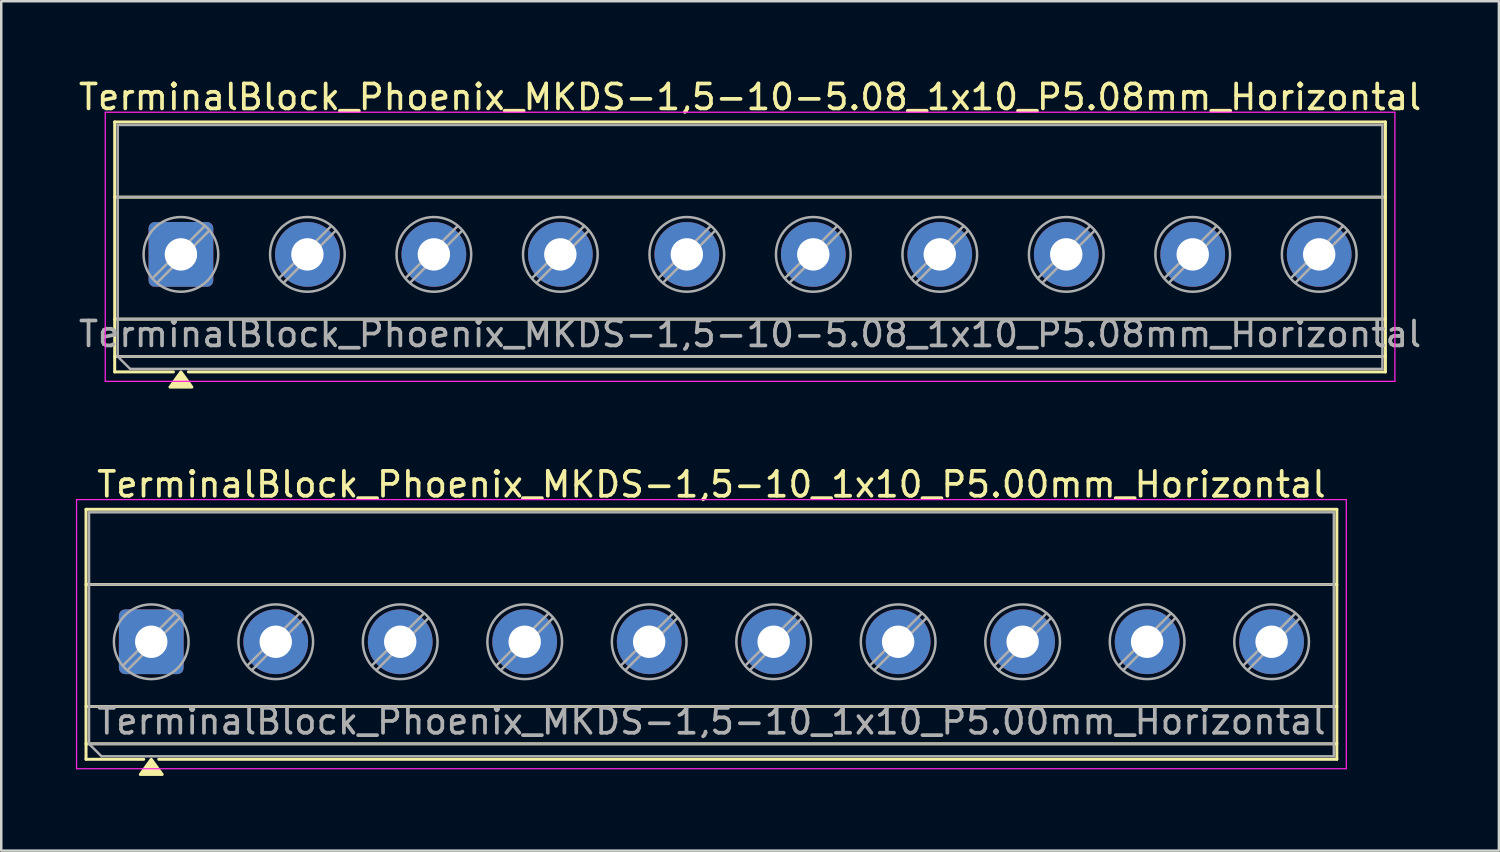
<source format=kicad_pcb>
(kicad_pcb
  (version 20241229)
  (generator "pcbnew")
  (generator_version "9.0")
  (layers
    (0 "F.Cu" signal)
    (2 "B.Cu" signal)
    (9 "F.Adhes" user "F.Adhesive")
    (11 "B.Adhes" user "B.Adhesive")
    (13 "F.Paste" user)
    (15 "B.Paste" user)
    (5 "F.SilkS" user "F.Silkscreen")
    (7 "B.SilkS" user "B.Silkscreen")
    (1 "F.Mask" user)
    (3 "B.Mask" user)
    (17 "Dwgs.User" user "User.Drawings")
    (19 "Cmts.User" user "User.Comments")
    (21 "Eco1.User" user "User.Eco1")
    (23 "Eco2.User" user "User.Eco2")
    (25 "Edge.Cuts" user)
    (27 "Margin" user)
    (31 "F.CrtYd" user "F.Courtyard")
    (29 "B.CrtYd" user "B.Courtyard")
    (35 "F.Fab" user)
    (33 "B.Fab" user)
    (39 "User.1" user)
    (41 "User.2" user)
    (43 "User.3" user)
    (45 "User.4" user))
  (footprint "TerminalBlock_Phoenix_MKDS-1,5-10_1x10_P5.00mm_Horizontal"
    (layer "F.Cu")
    (at 3.025 22.727)
    (property "Reference" "TerminalBlock_Phoenix_MKDS-1,5-10_1x10_P5.00mm_Horizontal" (at 22.5 -6.32 0) (layer "F.SilkS") (effects (font (size 1 1) (thickness 0.15))))
    (attr through_hole)
    (fp_line (start -2.62 -5.32) (end -2.62 4.72) (stroke (width 0.12) (type solid)) (layer "F.SilkS"))
    (fp_line (start -2.62 -5.32) (end 47.62 -5.32) (stroke (width 0.12) (type solid)) (layer "F.SilkS"))
    (fp_line (start -2.62 -2.3) (end 47.62 -2.3) (stroke (width 0.12) (type solid)) (layer "F.SilkS"))
    (fp_line (start -2.62 2.6) (end 47.62 2.6) (stroke (width 0.12) (type solid)) (layer "F.SilkS"))
    (fp_line (start -2.62 4.1) (end 47.62 4.1) (stroke (width 0.12) (type solid)) (layer "F.SilkS"))
    (fp_line (start -2.62 4.72) (end -0.3 4.72) (stroke (width 0.12) (type solid)) (layer "F.SilkS"))
    (fp_line (start 0.3 4.72) (end 47.62 4.72) (stroke (width 0.12) (type solid)) (layer "F.SilkS"))
    (fp_line (start 47.62 -5.32) (end 47.62 4.72) (stroke (width 0.12) (type solid)) (layer "F.SilkS"))
    (fp_poly (pts (xy 0 4.72) (xy 0.44 5.33) (xy -0.44 5.33)) (stroke (width 0.12) (type solid)) (fill yes) (layer "F.SilkS"))
    (fp_line (start -3 -5.71) (end -3 5.1) (stroke (width 0.05) (type solid)) (layer "F.CrtYd"))
    (fp_line (start -3 5.1) (end 48 5.1) (stroke (width 0.05) (type solid)) (layer "F.CrtYd"))
    (fp_line (start 48 -5.71) (end -3 -5.71) (stroke (width 0.05) (type solid)) (layer "F.CrtYd"))
    (fp_line (start 48 5.1) (end 48 -5.71) (stroke (width 0.05) (type solid)) (layer "F.CrtYd"))
    (fp_line (start -2.5 -5.2) (end 47.5 -5.2) (stroke (width 0.1) (type solid)) (layer "F.Fab"))
    (fp_line (start -2.5 -2.3) (end 47.5 -2.3) (stroke (width 0.1) (type solid)) (layer "F.Fab"))
    (fp_line (start -2.5 2.6) (end 47.5 2.6) (stroke (width 0.1) (type solid)) (layer "F.Fab"))
    (fp_line (start -2.5 4.1) (end -2.5 -5.2) (stroke (width 0.1) (type solid)) (layer "F.Fab"))
    (fp_line (start -2.5 4.1) (end 47.5 4.1) (stroke (width 0.1) (type solid)) (layer "F.Fab"))
    (fp_line (start -2 4.6) (end -2.5 4.1) (stroke (width 0.1) (type solid)) (layer "F.Fab"))
    (fp_line (start 0.955 -1.138) (end -1.138 0.955) (stroke (width 0.1) (type solid)) (layer "F.Fab"))
    (fp_line (start 1.138 -0.955) (end -0.955 1.138) (stroke (width 0.1) (type solid)) (layer "F.Fab"))
    (fp_line (start 5.955 -1.138) (end 3.862 0.955) (stroke (width 0.1) (type solid)) (layer "F.Fab"))
    (fp_line (start 6.138 -0.955) (end 4.045 1.138) (stroke (width 0.1) (type solid)) (layer "F.Fab"))
    (fp_line (start 10.955 -1.138) (end 8.862 0.955) (stroke (width 0.1) (type solid)) (layer "F.Fab"))
    (fp_line (start 11.138 -0.955) (end 9.045 1.138) (stroke (width 0.1) (type solid)) (layer "F.Fab"))
    (fp_line (start 15.955 -1.138) (end 13.862 0.955) (stroke (width 0.1) (type solid)) (layer "F.Fab"))
    (fp_line (start 16.138 -0.955) (end 14.045 1.138) (stroke (width 0.1) (type solid)) (layer "F.Fab"))
    (fp_line (start 20.955 -1.138) (end 18.862 0.955) (stroke (width 0.1) (type solid)) (layer "F.Fab"))
    (fp_line (start 21.138 -0.955) (end 19.045 1.138) (stroke (width 0.1) (type solid)) (layer "F.Fab"))
    (fp_line (start 25.955 -1.138) (end 23.862 0.955) (stroke (width 0.1) (type solid)) (layer "F.Fab"))
    (fp_line (start 26.138 -0.955) (end 24.045 1.138) (stroke (width 0.1) (type solid)) (layer "F.Fab"))
    (fp_line (start 30.955 -1.138) (end 28.862 0.955) (stroke (width 0.1) (type solid)) (layer "F.Fab"))
    (fp_line (start 31.138 -0.955) (end 29.045 1.138) (stroke (width 0.1) (type solid)) (layer "F.Fab"))
    (fp_line (start 35.955 -1.138) (end 33.862 0.955) (stroke (width 0.1) (type solid)) (layer "F.Fab"))
    (fp_line (start 36.138 -0.955) (end 34.045 1.138) (stroke (width 0.1) (type solid)) (layer "F.Fab"))
    (fp_line (start 40.955 -1.138) (end 38.862 0.955) (stroke (width 0.1) (type solid)) (layer "F.Fab"))
    (fp_line (start 41.138 -0.955) (end 39.045 1.138) (stroke (width 0.1) (type solid)) (layer "F.Fab"))
    (fp_line (start 45.955 -1.138) (end 43.862 0.955) (stroke (width 0.1) (type solid)) (layer "F.Fab"))
    (fp_line (start 46.138 -0.955) (end 44.045 1.138) (stroke (width 0.1) (type solid)) (layer "F.Fab"))
    (fp_line (start 47.5 -5.2) (end 47.5 4.6) (stroke (width 0.1) (type solid)) (layer "F.Fab"))
    (fp_line (start 47.5 4.6) (end -2 4.6) (stroke (width 0.1) (type solid)) (layer "F.Fab"))
    (fp_circle (center 0 0) (end 1.5 0) (stroke (width 0.1) (type solid)) (fill no) (layer "F.Fab"))
    (fp_circle (center 5 0) (end 6.5 0) (stroke (width 0.1) (type solid)) (fill no) (layer "F.Fab"))
    (fp_circle (center 10 0) (end 11.5 0) (stroke (width 0.1) (type solid)) (fill no) (layer "F.Fab"))
    (fp_circle (center 15 0) (end 16.5 0) (stroke (width 0.1) (type solid)) (fill no) (layer "F.Fab"))
    (fp_circle (center 20 0) (end 21.5 0) (stroke (width 0.1) (type solid)) (fill no) (layer "F.Fab"))
    (fp_circle (center 25 0) (end 26.5 0) (stroke (width 0.1) (type solid)) (fill no) (layer "F.Fab"))
    (fp_circle (center 30 0) (end 31.5 0) (stroke (width 0.1) (type solid)) (fill no) (layer "F.Fab"))
    (fp_circle (center 35 0) (end 36.5 0) (stroke (width 0.1) (type solid)) (fill no) (layer "F.Fab"))
    (fp_circle (center 40 0) (end 41.5 0) (stroke (width 0.1) (type solid)) (fill no) (layer "F.Fab"))
    (fp_circle (center 45 0) (end 46.5 0) (stroke (width 0.1) (type solid)) (fill no) (layer "F.Fab"))
    (fp_text user "${REFERENCE}" (at 22.5 3.2 0) (layer "F.Fab") (effects (font (size 1 1) (thickness 0.15))))
    (pad "1" thru_hole roundrect (at 0 0) (size 2.6 2.6) (drill 1.3) (layers "*.Cu" "*.Mask") (roundrect_rratio 0.096))
    (pad "2" thru_hole circle (at 5 0) (size 2.6 2.6) (drill 1.3) (layers "*.Cu" "*.Mask"))
    (pad "3" thru_hole circle (at 10 0) (size 2.6 2.6) (drill 1.3) (layers "*.Cu" "*.Mask"))
    (pad "4" thru_hole circle (at 15 0) (size 2.6 2.6) (drill 1.3) (layers "*.Cu" "*.Mask"))
    (pad "5" thru_hole circle (at 20 0) (size 2.6 2.6) (drill 1.3) (layers "*.Cu" "*.Mask"))
    (pad "6" thru_hole circle (at 25 0) (size 2.6 2.6) (drill 1.3) (layers "*.Cu" "*.Mask"))
    (pad "7" thru_hole circle (at 30 0) (size 2.6 2.6) (drill 1.3) (layers "*.Cu" "*.Mask"))
    (pad "8" thru_hole circle (at 35 0) (size 2.6 2.6) (drill 1.3) (layers "*.Cu" "*.Mask"))
    (pad "9" thru_hole circle (at 40 0) (size 2.6 2.6) (drill 1.3) (layers "*.Cu" "*.Mask"))
    (pad "10" thru_hole circle (at 45 0) (size 2.6 2.6) (drill 1.3) (layers "*.Cu" "*.Mask")))
  (footprint "TerminalBlock_Phoenix_MKDS-1,5-10-5.08_1x10_P5.08mm_Horizontal"
    (layer "F.Cu")
    (at 4.217 7.168)
    (property "Reference" "TerminalBlock_Phoenix_MKDS-1,5-10-5.08_1x10_P5.08mm_Horizontal" (at 22.86 -6.32 0) (layer "F.SilkS") (effects (font (size 1 1) (thickness 0.15))))
    (attr through_hole)
    (fp_line (start -2.66 -5.32) (end -2.66 4.72) (stroke (width 0.12) (type solid)) (layer "F.SilkS"))
    (fp_line (start -2.66 -5.32) (end 48.38 -5.32) (stroke (width 0.12) (type solid)) (layer "F.SilkS"))
    (fp_line (start -2.66 -2.3) (end 48.38 -2.3) (stroke (width 0.12) (type solid)) (layer "F.SilkS"))
    (fp_line (start -2.66 2.6) (end 48.38 2.6) (stroke (width 0.12) (type solid)) (layer "F.SilkS"))
    (fp_line (start -2.66 4.1) (end 48.38 4.1) (stroke (width 0.12) (type solid)) (layer "F.SilkS"))
    (fp_line (start -2.66 4.72) (end -0.3 4.72) (stroke (width 0.12) (type solid)) (layer "F.SilkS"))
    (fp_line (start 0.3 4.72) (end 48.38 4.72) (stroke (width 0.12) (type solid)) (layer "F.SilkS"))
    (fp_line (start 48.38 -5.32) (end 48.38 4.72) (stroke (width 0.12) (type solid)) (layer "F.SilkS"))
    (fp_poly (pts (xy 0 4.72) (xy 0.44 5.33) (xy -0.44 5.33)) (stroke (width 0.12) (type solid)) (fill yes) (layer "F.SilkS"))
    (fp_line (start -3.04 -5.71) (end -3.04 5.1) (stroke (width 0.05) (type solid)) (layer "F.CrtYd"))
    (fp_line (start -3.04 5.1) (end 48.76 5.1) (stroke (width 0.05) (type solid)) (layer "F.CrtYd"))
    (fp_line (start 48.76 -5.71) (end -3.04 -5.71) (stroke (width 0.05) (type solid)) (layer "F.CrtYd"))
    (fp_line (start 48.76 5.1) (end 48.76 -5.71) (stroke (width 0.05) (type solid)) (layer "F.CrtYd"))
    (fp_line (start -2.54 -5.2) (end 48.26 -5.2) (stroke (width 0.1) (type solid)) (layer "F.Fab"))
    (fp_line (start -2.54 -2.3) (end 48.26 -2.3) (stroke (width 0.1) (type solid)) (layer "F.Fab"))
    (fp_line (start -2.54 2.6) (end 48.26 2.6) (stroke (width 0.1) (type solid)) (layer "F.Fab"))
    (fp_line (start -2.54 4.1) (end -2.54 -5.2) (stroke (width 0.1) (type solid)) (layer "F.Fab"))
    (fp_line (start -2.54 4.1) (end 48.26 4.1) (stroke (width 0.1) (type solid)) (layer "F.Fab"))
    (fp_line (start -2.04 4.6) (end -2.54 4.1) (stroke (width 0.1) (type solid)) (layer "F.Fab"))
    (fp_line (start 0.955 -1.138) (end -1.138 0.955) (stroke (width 0.1) (type solid)) (layer "F.Fab"))
    (fp_line (start 1.138 -0.955) (end -0.955 1.138) (stroke (width 0.1) (type solid)) (layer "F.Fab"))
    (fp_line (start 6.035 -1.138) (end 3.942 0.955) (stroke (width 0.1) (type solid)) (layer "F.Fab"))
    (fp_line (start 6.218 -0.955) (end 4.125 1.138) (stroke (width 0.1) (type solid)) (layer "F.Fab"))
    (fp_line (start 11.115 -1.138) (end 9.022 0.955) (stroke (width 0.1) (type solid)) (layer "F.Fab"))
    (fp_line (start 11.298 -0.955) (end 9.205 1.138) (stroke (width 0.1) (type solid)) (layer "F.Fab"))
    (fp_line (start 16.195 -1.138) (end 14.102 0.955) (stroke (width 0.1) (type solid)) (layer "F.Fab"))
    (fp_line (start 16.378 -0.955) (end 14.285 1.138) (stroke (width 0.1) (type solid)) (layer "F.Fab"))
    (fp_line (start 21.275 -1.138) (end 19.182 0.955) (stroke (width 0.1) (type solid)) (layer "F.Fab"))
    (fp_line (start 21.458 -0.955) (end 19.365 1.138) (stroke (width 0.1) (type solid)) (layer "F.Fab"))
    (fp_line (start 26.355 -1.138) (end 24.262 0.955) (stroke (width 0.1) (type solid)) (layer "F.Fab"))
    (fp_line (start 26.538 -0.955) (end 24.445 1.138) (stroke (width 0.1) (type solid)) (layer "F.Fab"))
    (fp_line (start 31.435 -1.138) (end 29.342 0.955) (stroke (width 0.1) (type solid)) (layer "F.Fab"))
    (fp_line (start 31.618 -0.955) (end 29.525 1.138) (stroke (width 0.1) (type solid)) (layer "F.Fab"))
    (fp_line (start 36.515 -1.138) (end 34.422 0.955) (stroke (width 0.1) (type solid)) (layer "F.Fab"))
    (fp_line (start 36.698 -0.955) (end 34.605 1.138) (stroke (width 0.1) (type solid)) (layer "F.Fab"))
    (fp_line (start 41.595 -1.138) (end 39.502 0.955) (stroke (width 0.1) (type solid)) (layer "F.Fab"))
    (fp_line (start 41.778 -0.955) (end 39.685 1.138) (stroke (width 0.1) (type solid)) (layer "F.Fab"))
    (fp_line (start 46.675 -1.138) (end 44.582 0.955) (stroke (width 0.1) (type solid)) (layer "F.Fab"))
    (fp_line (start 46.858 -0.955) (end 44.765 1.138) (stroke (width 0.1) (type solid)) (layer "F.Fab"))
    (fp_line (start 48.26 -5.2) (end 48.26 4.6) (stroke (width 0.1) (type solid)) (layer "F.Fab"))
    (fp_line (start 48.26 4.6) (end -2.04 4.6) (stroke (width 0.1) (type solid)) (layer "F.Fab"))
    (fp_circle (center 0 0) (end 1.5 0) (stroke (width 0.1) (type solid)) (fill no) (layer "F.Fab"))
    (fp_circle (center 5.08 0) (end 6.58 0) (stroke (width 0.1) (type solid)) (fill no) (layer "F.Fab"))
    (fp_circle (center 10.16 0) (end 11.66 0) (stroke (width 0.1) (type solid)) (fill no) (layer "F.Fab"))
    (fp_circle (center 15.24 0) (end 16.74 0) (stroke (width 0.1) (type solid)) (fill no) (layer "F.Fab"))
    (fp_circle (center 20.32 0) (end 21.82 0) (stroke (width 0.1) (type solid)) (fill no) (layer "F.Fab"))
    (fp_circle (center 25.4 0) (end 26.9 0) (stroke (width 0.1) (type solid)) (fill no) (layer "F.Fab"))
    (fp_circle (center 30.48 0) (end 31.98 0) (stroke (width 0.1) (type solid)) (fill no) (layer "F.Fab"))
    (fp_circle (center 35.56 0) (end 37.06 0) (stroke (width 0.1) (type solid)) (fill no) (layer "F.Fab"))
    (fp_circle (center 40.64 0) (end 42.14 0) (stroke (width 0.1) (type solid)) (fill no) (layer "F.Fab"))
    (fp_circle (center 45.72 0) (end 47.22 0) (stroke (width 0.1) (type solid)) (fill no) (layer "F.Fab"))
    (fp_text user "${REFERENCE}" (at 22.86 3.2 0) (layer "F.Fab") (effects (font (size 1 1) (thickness 0.15))))
    (pad "1" thru_hole roundrect (at 0 0) (size 2.6 2.6) (drill 1.3) (layers "*.Cu" "*.Mask") (roundrect_rratio 0.096))
    (pad "2" thru_hole circle (at 5.08 0) (size 2.6 2.6) (drill 1.3) (layers "*.Cu" "*.Mask"))
    (pad "3" thru_hole circle (at 10.16 0) (size 2.6 2.6) (drill 1.3) (layers "*.Cu" "*.Mask"))
    (pad "4" thru_hole circle (at 15.24 0) (size 2.6 2.6) (drill 1.3) (layers "*.Cu" "*.Mask"))
    (pad "5" thru_hole circle (at 20.32 0) (size 2.6 2.6) (drill 1.3) (layers "*.Cu" "*.Mask"))
    (pad "6" thru_hole circle (at 25.4 0) (size 2.6 2.6) (drill 1.3) (layers "*.Cu" "*.Mask"))
    (pad "7" thru_hole circle (at 30.48 0) (size 2.6 2.6) (drill 1.3) (layers "*.Cu" "*.Mask"))
    (pad "8" thru_hole circle (at 35.56 0) (size 2.6 2.6) (drill 1.3) (layers "*.Cu" "*.Mask"))
    (pad "9" thru_hole circle (at 40.64 0) (size 2.6 2.6) (drill 1.3) (layers "*.Cu" "*.Mask"))
    (pad "10" thru_hole circle (at 45.72 0) (size 2.6 2.6) (drill 1.3) (layers "*.Cu" "*.Mask")))
  (gr_rect
    (start -3 -3)
    (end 57.155 31.116)
    (stroke (width 0.1) (type default))
    (fill no)
    (layer "Edge.Cuts")))
</source>
